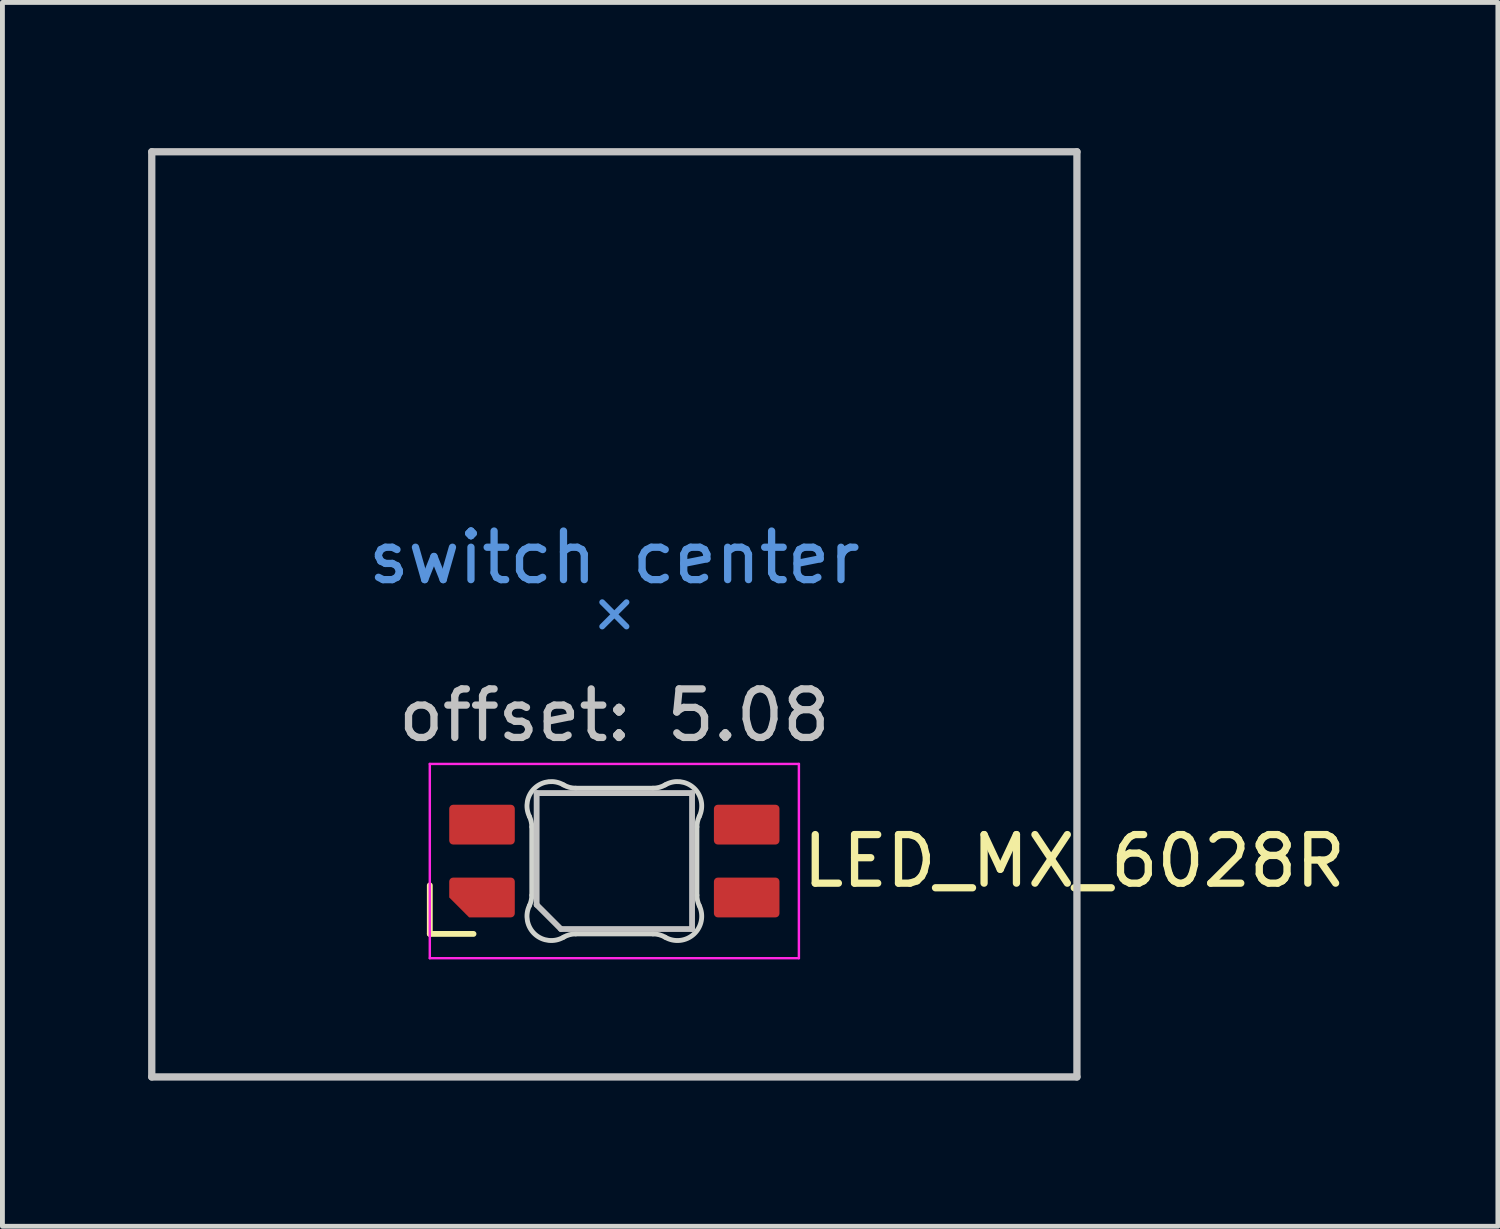
<source format=kicad_pcb>
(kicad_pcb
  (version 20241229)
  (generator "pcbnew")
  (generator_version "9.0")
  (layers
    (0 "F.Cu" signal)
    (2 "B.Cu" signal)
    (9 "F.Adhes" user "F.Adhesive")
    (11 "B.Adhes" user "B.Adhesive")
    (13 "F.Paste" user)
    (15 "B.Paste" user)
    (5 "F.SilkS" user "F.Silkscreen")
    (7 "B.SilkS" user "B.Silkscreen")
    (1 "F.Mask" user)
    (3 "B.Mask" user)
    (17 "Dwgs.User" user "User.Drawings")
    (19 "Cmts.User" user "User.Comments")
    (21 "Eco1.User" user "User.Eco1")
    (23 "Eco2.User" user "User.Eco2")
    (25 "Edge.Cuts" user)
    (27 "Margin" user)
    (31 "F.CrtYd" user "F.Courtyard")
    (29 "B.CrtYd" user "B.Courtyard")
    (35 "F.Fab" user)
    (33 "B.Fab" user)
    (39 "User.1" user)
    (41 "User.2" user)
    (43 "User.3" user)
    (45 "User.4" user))
  (footprint "LED_MX_6028R"
    (layer "F.Cu")
    (at 9.6 14.68)
    (property "Reference" "LED_MX_6028R" (at 3.8 0 0) (layer "F.SilkS") (effects (font (size 1 1) (thickness 0.15)) (justify left)))
    (attr smd)
    (fp_line (start -3.8 0.5) (end -3.8 1.5) (stroke (width 0.12) (type solid)) (layer "F.SilkS"))
    (fp_line (start -3.8 1.5) (end -2.9 1.5) (stroke (width 0.12) (type solid)) (layer "F.SilkS"))
    (fp_line (start -9.525 -14.605) (end -9.525 4.445) (stroke (width 0.15) (type solid)) (layer "Dwgs.User"))
    (fp_line (start -9.525 4.445) (end 9.525 4.445) (stroke (width 0.15) (type solid)) (layer "Dwgs.User"))
    (fp_line (start -1.6 -1.4) (end 1.6 -1.4) (stroke (width 0.12) (type solid)) (layer "Dwgs.User"))
    (fp_line (start -1.6 0.9) (end -1.6 -1.4) (stroke (width 0.12) (type solid)) (layer "Dwgs.User"))
    (fp_line (start -1.6 0.9) (end -1.1 1.4) (stroke (width 0.12) (type solid)) (layer "Dwgs.User"))
    (fp_line (start 1.6 -1.4) (end 1.6 1.4) (stroke (width 0.12) (type solid)) (layer "Dwgs.User"))
    (fp_line (start 1.6 1.4) (end -1.1 1.4) (stroke (width 0.12) (type solid)) (layer "Dwgs.User"))
    (fp_line (start 9.525 -14.605) (end -9.525 -14.605) (stroke (width 0.15) (type solid)) (layer "Dwgs.User"))
    (fp_line (start 9.525 4.445) (end 9.525 -14.605) (stroke (width 0.15) (type solid)) (layer "Dwgs.User"))
    (fp_line (start -0.25 -4.83) (end 0 -5.08) (stroke (width 0.12) (type solid)) (layer "Cmts.User"))
    (fp_line (start 0 -5.08) (end -0.25 -5.33) (stroke (width 0.12) (type solid)) (layer "Cmts.User"))
    (fp_line (start 0 -5.08) (end 0.25 -5.33) (stroke (width 0.12) (type solid)) (layer "Cmts.User"))
    (fp_line (start 0.25 -4.83) (end 0 -5.08) (stroke (width 0.12) (type solid)) (layer "Cmts.User"))
    (fp_line (start -1.7 -0.703) (end -1.7 0.703) (stroke (width 0.1) (type solid)) (layer "Edge.Cuts"))
    (fp_line (start -0.794 1.5) (end 0.794 1.5) (stroke (width 0.1) (type solid)) (layer "Edge.Cuts"))
    (fp_line (start 0.794 -1.5) (end -0.794 -1.5) (stroke (width 0.1) (type solid)) (layer "Edge.Cuts"))
    (fp_line (start 1.7 0.703) (end 1.7 -0.703) (stroke (width 0.1) (type solid)) (layer "Edge.Cuts"))
    (fp_arc (start -1.749484 -0.919721) (mid -1.712527 -0.814069) (end -1.699999 -0.702844) (stroke (width 0.1) (type solid)) (layer "Edge.Cuts"))
    (fp_arc (start -1.749484 -0.919721) (mid -1.638071 -1.504035) (end -1.046711 -1.568299) (stroke (width 0.1) (type solid)) (layer "Edge.Cuts"))
    (fp_arc (start -1.699999 0.702841) (mid -1.712527 0.814067) (end -1.749484 0.919719) (stroke (width 0.1) (type solid)) (layer "Edge.Cuts"))
    (fp_arc (start -1.046711 1.568298) (mid -1.638072 1.504034) (end -1.749484 0.919718) (stroke (width 0.1) (type solid)) (layer "Edge.Cuts"))
    (fp_arc (start -1.046711 1.568298) (mid -0.925123 1.517376) (end -0.794452 1.499999) (stroke (width 0.1) (type solid)) (layer "Edge.Cuts"))
    (fp_arc (start -0.794453 -1.5) (mid -0.925123 -1.517377) (end -1.046711 -1.568299) (stroke (width 0.1) (type solid)) (layer "Edge.Cuts"))
    (fp_arc (start 0.794452 1.499999) (mid 0.925122 1.517376) (end 1.04671 1.568298) (stroke (width 0.1) (type solid)) (layer "Edge.Cuts"))
    (fp_arc (start 1.046711 -1.5683) (mid 0.925123 -1.517378) (end 0.794453 -1.500001) (stroke (width 0.1) (type solid)) (layer "Edge.Cuts"))
    (fp_arc (start 1.046711 -1.5683) (mid 1.638071 -1.504036) (end 1.749484 -0.919721) (stroke (width 0.1) (type solid)) (layer "Edge.Cuts"))
    (fp_arc (start 1.699999 -0.702843) (mid 1.712527 -0.814069) (end 1.749484 -0.919721) (stroke (width 0.1) (type solid)) (layer "Edge.Cuts"))
    (fp_arc (start 1.749484 0.919719) (mid 1.63807 1.504033) (end 1.046711 1.568296) (stroke (width 0.1) (type solid)) (layer "Edge.Cuts"))
    (fp_arc (start 1.749484 0.919719) (mid 1.712527 0.814067) (end 1.699999 0.702842) (stroke (width 0.1) (type solid)) (layer "Edge.Cuts"))
    (fp_line (start -3.8 -2) (end 3.8 -2) (stroke (width 0.05) (type solid)) (layer "F.CrtYd"))
    (fp_line (start -3.8 2) (end -3.8 -2) (stroke (width 0.05) (type solid)) (layer "F.CrtYd"))
    (fp_line (start 3.8 -2) (end 3.8 2) (stroke (width 0.05) (type solid)) (layer "F.CrtYd"))
    (fp_line (start 3.8 2) (end -3.8 2) (stroke (width 0.05) (type solid)) (layer "F.CrtYd"))
    (fp_text user "offset: 5.08" (at 0 -3 0) (layer "Dwgs.User") (effects (font (size 1 1) (thickness 0.15))))
    (fp_text user "switch center" (at 0 -6.25 0) (layer "Cmts.User") (effects (font (size 1 1) (thickness 0.15))))
    (pad "1" smd roundrect (at 2.725 -0.75 90) (size 0.82 1.35) (layers "F.Cu" "F.Mask" "F.Paste") (roundrect_rratio 0.1))
    (pad "2" smd roundrect (at 2.725 0.75 90) (size 0.82 1.35) (layers "F.Cu" "F.Mask" "F.Paste") (roundrect_rratio 0.1))
    (pad "3" smd roundrect (at -2.725 0.75 90) (size 0.82 1.35) (layers "F.Cu" "F.Mask" "F.Paste") (roundrect_rratio 0.1) (chamfer_ratio 0.5) (chamfer top_left))
    (pad "4" smd roundrect (at -2.725 -0.75 90) (size 0.82 1.35) (layers "F.Cu" "F.Mask" "F.Paste") (roundrect_rratio 0.1)))
  (gr_rect
    (start -3 -3)
    (end 27.793 22.2)
    (stroke (width 0.1) (type default))
    (fill no)
    (layer "Edge.Cuts")))
</source>
